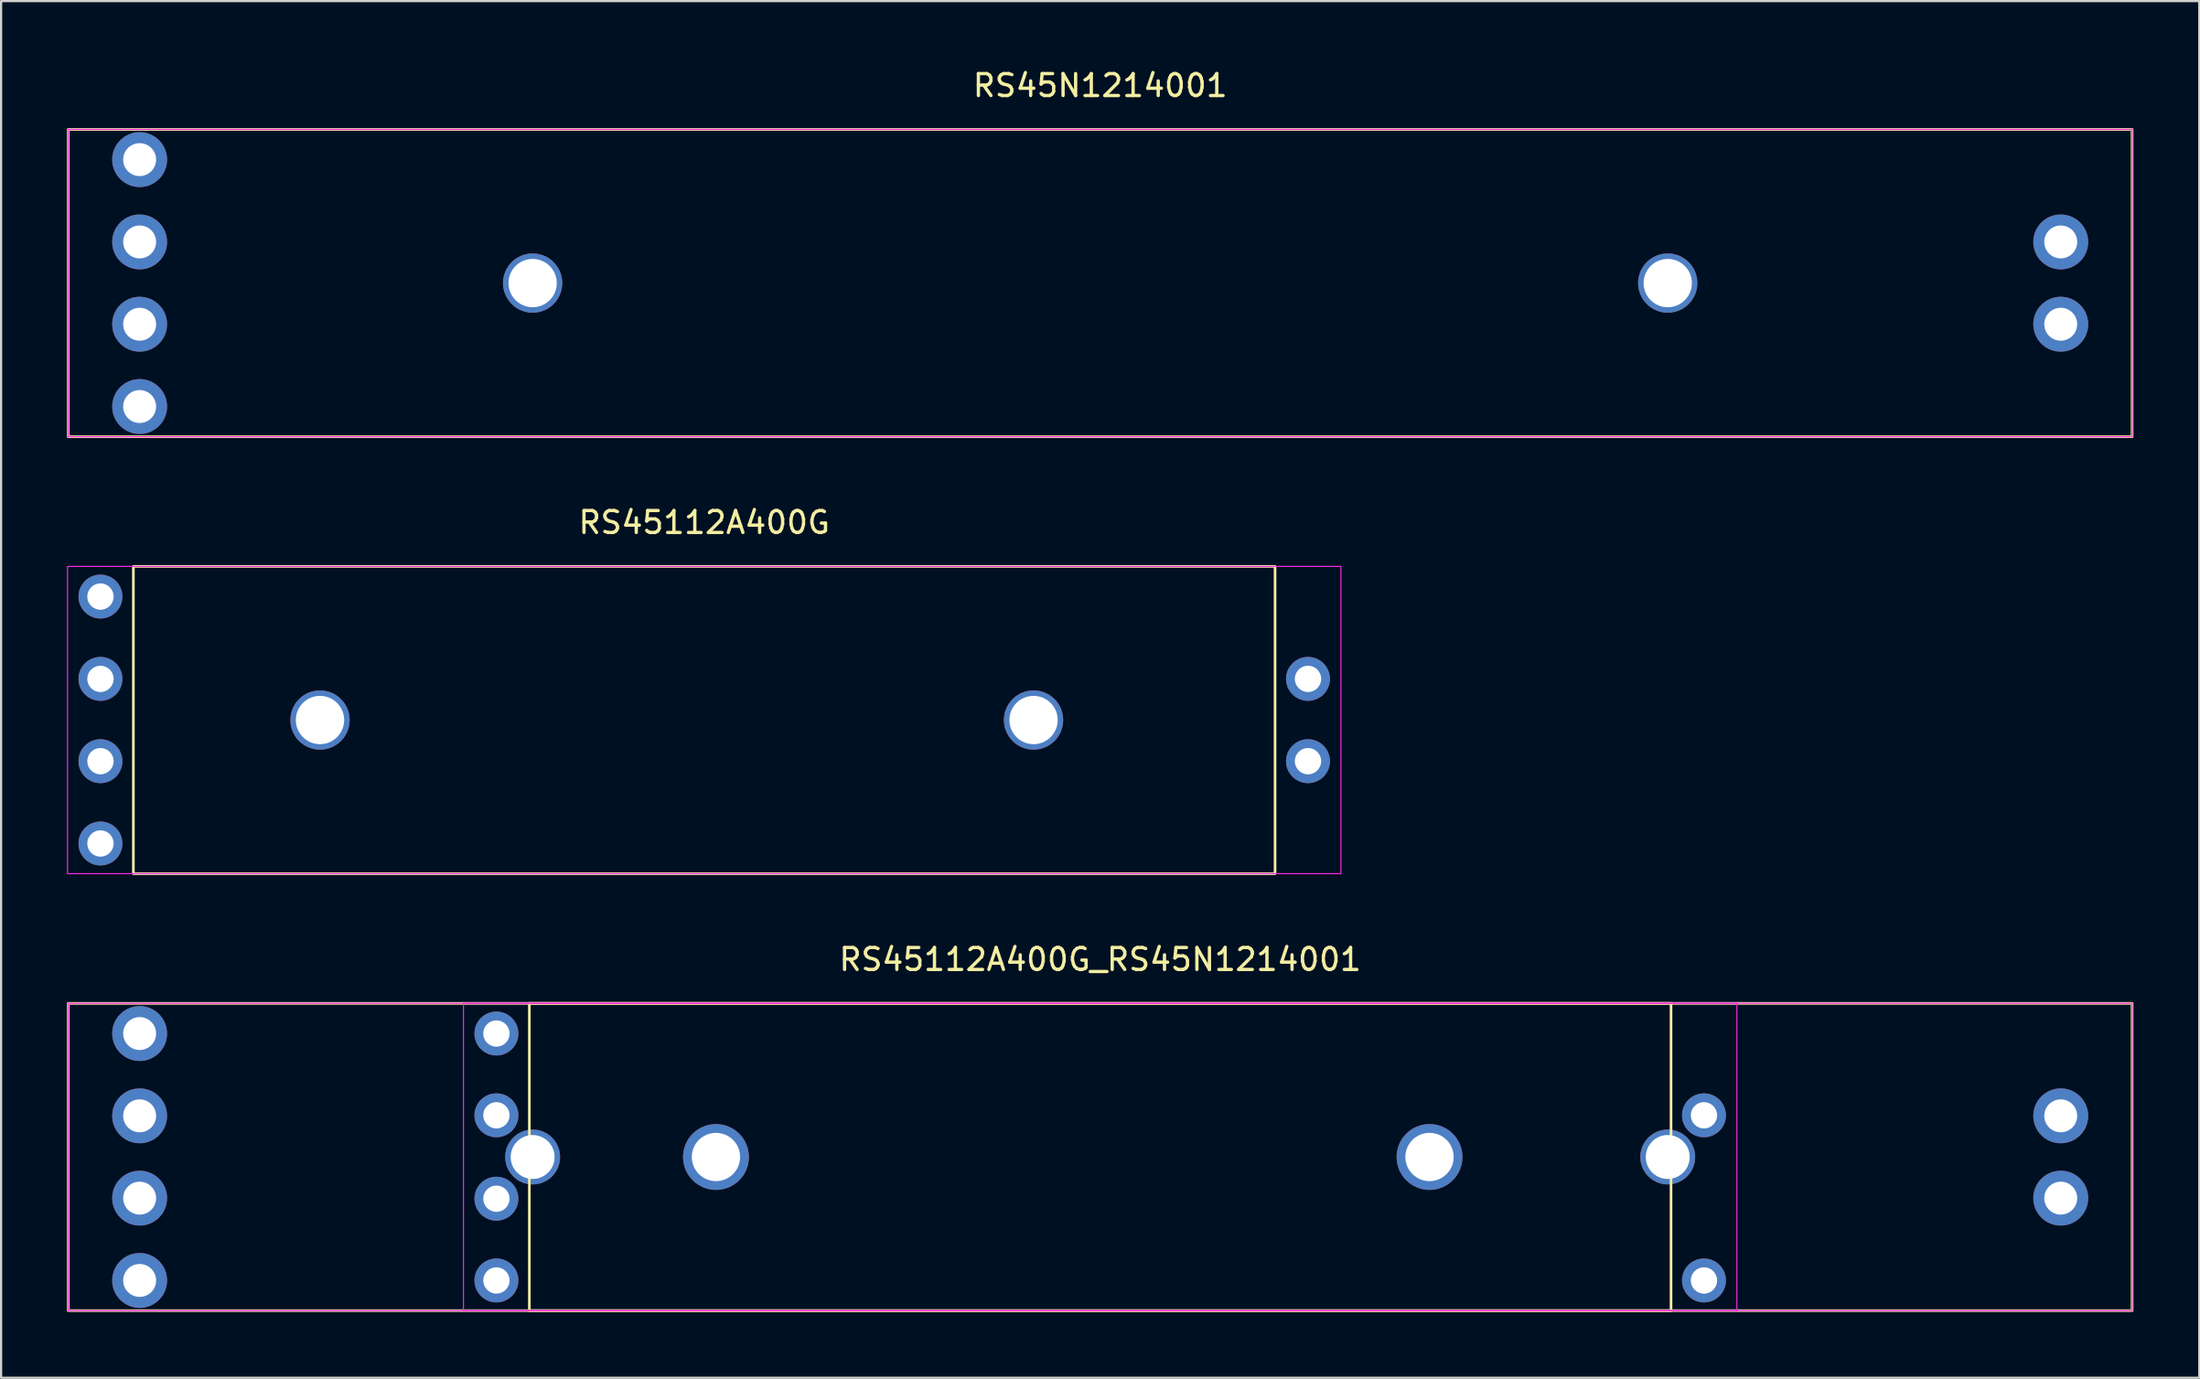
<source format=kicad_pcb>
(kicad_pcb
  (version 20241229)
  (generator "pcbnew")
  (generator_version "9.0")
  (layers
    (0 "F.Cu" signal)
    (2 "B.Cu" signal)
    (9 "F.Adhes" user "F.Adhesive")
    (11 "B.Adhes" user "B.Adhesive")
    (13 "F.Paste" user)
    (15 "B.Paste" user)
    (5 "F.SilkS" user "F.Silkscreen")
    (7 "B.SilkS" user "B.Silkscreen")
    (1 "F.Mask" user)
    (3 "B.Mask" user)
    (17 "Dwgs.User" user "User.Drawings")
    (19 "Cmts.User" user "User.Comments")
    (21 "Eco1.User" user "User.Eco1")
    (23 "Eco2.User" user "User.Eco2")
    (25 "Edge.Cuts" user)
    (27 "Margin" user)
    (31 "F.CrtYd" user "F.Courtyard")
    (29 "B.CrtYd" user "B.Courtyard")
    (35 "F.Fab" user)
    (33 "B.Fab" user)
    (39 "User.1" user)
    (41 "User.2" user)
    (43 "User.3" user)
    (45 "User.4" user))
  (footprint "RS45112A400G"
    (layer "F.Cu")
    (at 29.025 29.756)
    (property "Reference" "RS45112A400G" (at 0 -9 0) (layer "F.SilkS") (effects (font (size 1 1) (thickness 0.15))))
    (attr through_hole)
    (fp_rect (start -26 -7) (end 26 7) (stroke (width 0.12) (type solid)) (fill no) (layer "F.SilkS"))
    (fp_rect (start -29 -7) (end 29 7) (stroke (width 0.05) (type solid)) (fill no) (layer "F.CrtYd"))
    (pad "1" thru_hole circle (at -27.5 -5.625) (size 2 2) (drill 1.2) (layers "*.Cu" "*.Mask"))
    (pad "2" thru_hole circle (at -27.5 -1.875) (size 2 2) (drill 1.2) (layers "*.Cu" "*.Mask"))
    (pad "3" thru_hole circle (at 27.5 -1.875) (size 2 2) (drill 1.2) (layers "*.Cu" "*.Mask"))
    (pad "4" thru_hole circle (at -27.5 1.875) (size 2 2) (drill 1.2) (layers "*.Cu" "*.Mask"))
    (pad "5" thru_hole circle (at -27.5 5.625) (size 2 2) (drill 1.2) (layers "*.Cu" "*.Mask"))
    (pad "6" thru_hole circle (at 27.5 1.875) (size 2 2) (drill 1.2) (layers "*.Cu" "*.Mask"))
    (pad "MP" thru_hole circle (at -17.5 0) (size 2.7 2.7) (drill 2.2) (layers "*.Cu" "*.Mask"))
    (pad "MP" thru_hole circle (at 15 0) (size 2.7 2.7) (drill 2.2) (layers "*.Cu" "*.Mask")))
  (footprint "RS45N1214001"
    (layer "F.Cu")
    (at 47.06 9.848)
    (property "Reference" "RS45N1214001" (at 0 -9 0) (layer "F.SilkS") (effects (font (size 1 1) (thickness 0.15))))
    (attr through_hole)
    (fp_rect (start -47 -7) (end 47 7) (stroke (width 0.12) (type solid)) (fill no) (layer "F.SilkS"))
    (fp_rect (start -47 -7) (end 47 7) (stroke (width 0.05) (type solid)) (fill no) (layer "F.CrtYd"))
    (pad "1" thru_hole circle (at -43.75 -5.625) (size 2.5 2.5) (drill 1.5) (layers "*.Cu" "*.Mask"))
    (pad "2" thru_hole circle (at -43.75 -1.875) (size 2.5 2.5) (drill 1.5) (layers "*.Cu" "*.Mask"))
    (pad "3" thru_hole circle (at 43.75 -1.875) (size 2.5 2.5) (drill 1.5) (layers "*.Cu" "*.Mask"))
    (pad "4" thru_hole circle (at -43.75 1.875) (size 2.5 2.5) (drill 1.5) (layers "*.Cu" "*.Mask"))
    (pad "5" thru_hole circle (at -43.75 5.625) (size 2.5 2.5) (drill 1.5) (layers "*.Cu" "*.Mask"))
    (pad "6" thru_hole circle (at 43.75 1.875) (size 2.5 2.5) (drill 1.5) (layers "*.Cu" "*.Mask"))
    (pad "MP" thru_hole circle (at -25.85 0) (size 2.7 2.7) (drill 2.2) (layers "*.Cu" "*.Mask"))
    (pad "MP" thru_hole circle (at 25.85 0) (size 2.7 2.7) (drill 2.2) (layers "*.Cu" "*.Mask")))
  (footprint "RS45112A400G_RS45N1214001"
    (layer "F.Cu")
    (at 47.06 49.665)
    (property "Reference" "RS45112A400G_RS45N1214001" (at 0 -9 0) (layer "F.SilkS") (effects (font (size 1 1) (thickness 0.15))))
    (attr through_hole)
    (fp_rect (start -47 -7) (end 47 7) (stroke (width 0.12) (type solid)) (fill no) (layer "F.SilkS"))
    (fp_rect (start -26 -7) (end 26 7) (stroke (width 0.12) (type solid)) (fill no) (layer "F.SilkS"))
    (fp_rect (start -47 -7) (end 47 7) (stroke (width 0.05) (type solid)) (fill no) (layer "F.CrtYd"))
    (fp_rect (start -29 -7) (end 29 7) (stroke (width 0.05) (type solid)) (fill no) (layer "F.CrtYd"))
    (pad "1" thru_hole circle (at -43.75 -5.625) (size 2.5 2.5) (drill 1.5) (layers "*.Cu" "*.Mask"))
    (pad "1" thru_hole circle (at -27.5 -5.625) (size 2 2) (drill 1.2) (layers "*.Cu" "*.Mask"))
    (pad "2" thru_hole circle (at -43.75 -1.875) (size 2.5 2.5) (drill 1.5) (layers "*.Cu" "*.Mask"))
    (pad "2" thru_hole circle (at -27.5 -1.9) (size 2 2) (drill 1.2) (layers "*.Cu" "*.Mask"))
    (pad "3" thru_hole circle (at 27.5 -1.9) (size 2 2) (drill 1.2) (layers "*.Cu" "*.Mask"))
    (pad "3" thru_hole circle (at 43.75 -1.875) (size 2.5 2.5) (drill 1.5) (layers "*.Cu" "*.Mask"))
    (pad "4" thru_hole circle (at -43.75 1.875) (size 2.5 2.5) (drill 1.5) (layers "*.Cu" "*.Mask"))
    (pad "4" thru_hole circle (at -27.5 1.9) (size 2 2) (drill 1.2) (layers "*.Cu" "*.Mask"))
    (pad "5" thru_hole circle (at -43.75 5.625) (size 2.5 2.5) (drill 1.5) (layers "*.Cu" "*.Mask"))
    (pad "5" thru_hole circle (at -27.5 5.625) (size 2 2) (drill 1.2) (layers "*.Cu" "*.Mask"))
    (pad "6" thru_hole circle (at 27.5 5.625) (size 2 2) (drill 1.2) (layers "*.Cu" "*.Mask"))
    (pad "6" thru_hole circle (at 43.75 1.875) (size 2.5 2.5) (drill 1.5) (layers "*.Cu" "*.Mask"))
    (pad "MP" thru_hole circle (at -25.85 0) (size 2.5 2.5) (drill 2) (layers "*.Cu" "*.Mask"))
    (pad "MP" thru_hole circle (at -17.5 0) (size 3 3) (drill 2.2) (layers "*.Cu" "*.Mask"))
    (pad "MP" thru_hole circle (at 15 0) (size 3 3) (drill 2.2) (layers "*.Cu" "*.Mask"))
    (pad "MP" thru_hole circle (at 25.85 0) (size 2.5 2.5) (drill 2) (layers "*.Cu" "*.Mask")))
  (gr_rect
    (start -3 -3)
    (end 97.12 59.725)
    (stroke (width 0.1) (type default))
    (fill no)
    (layer "Edge.Cuts")))
</source>
